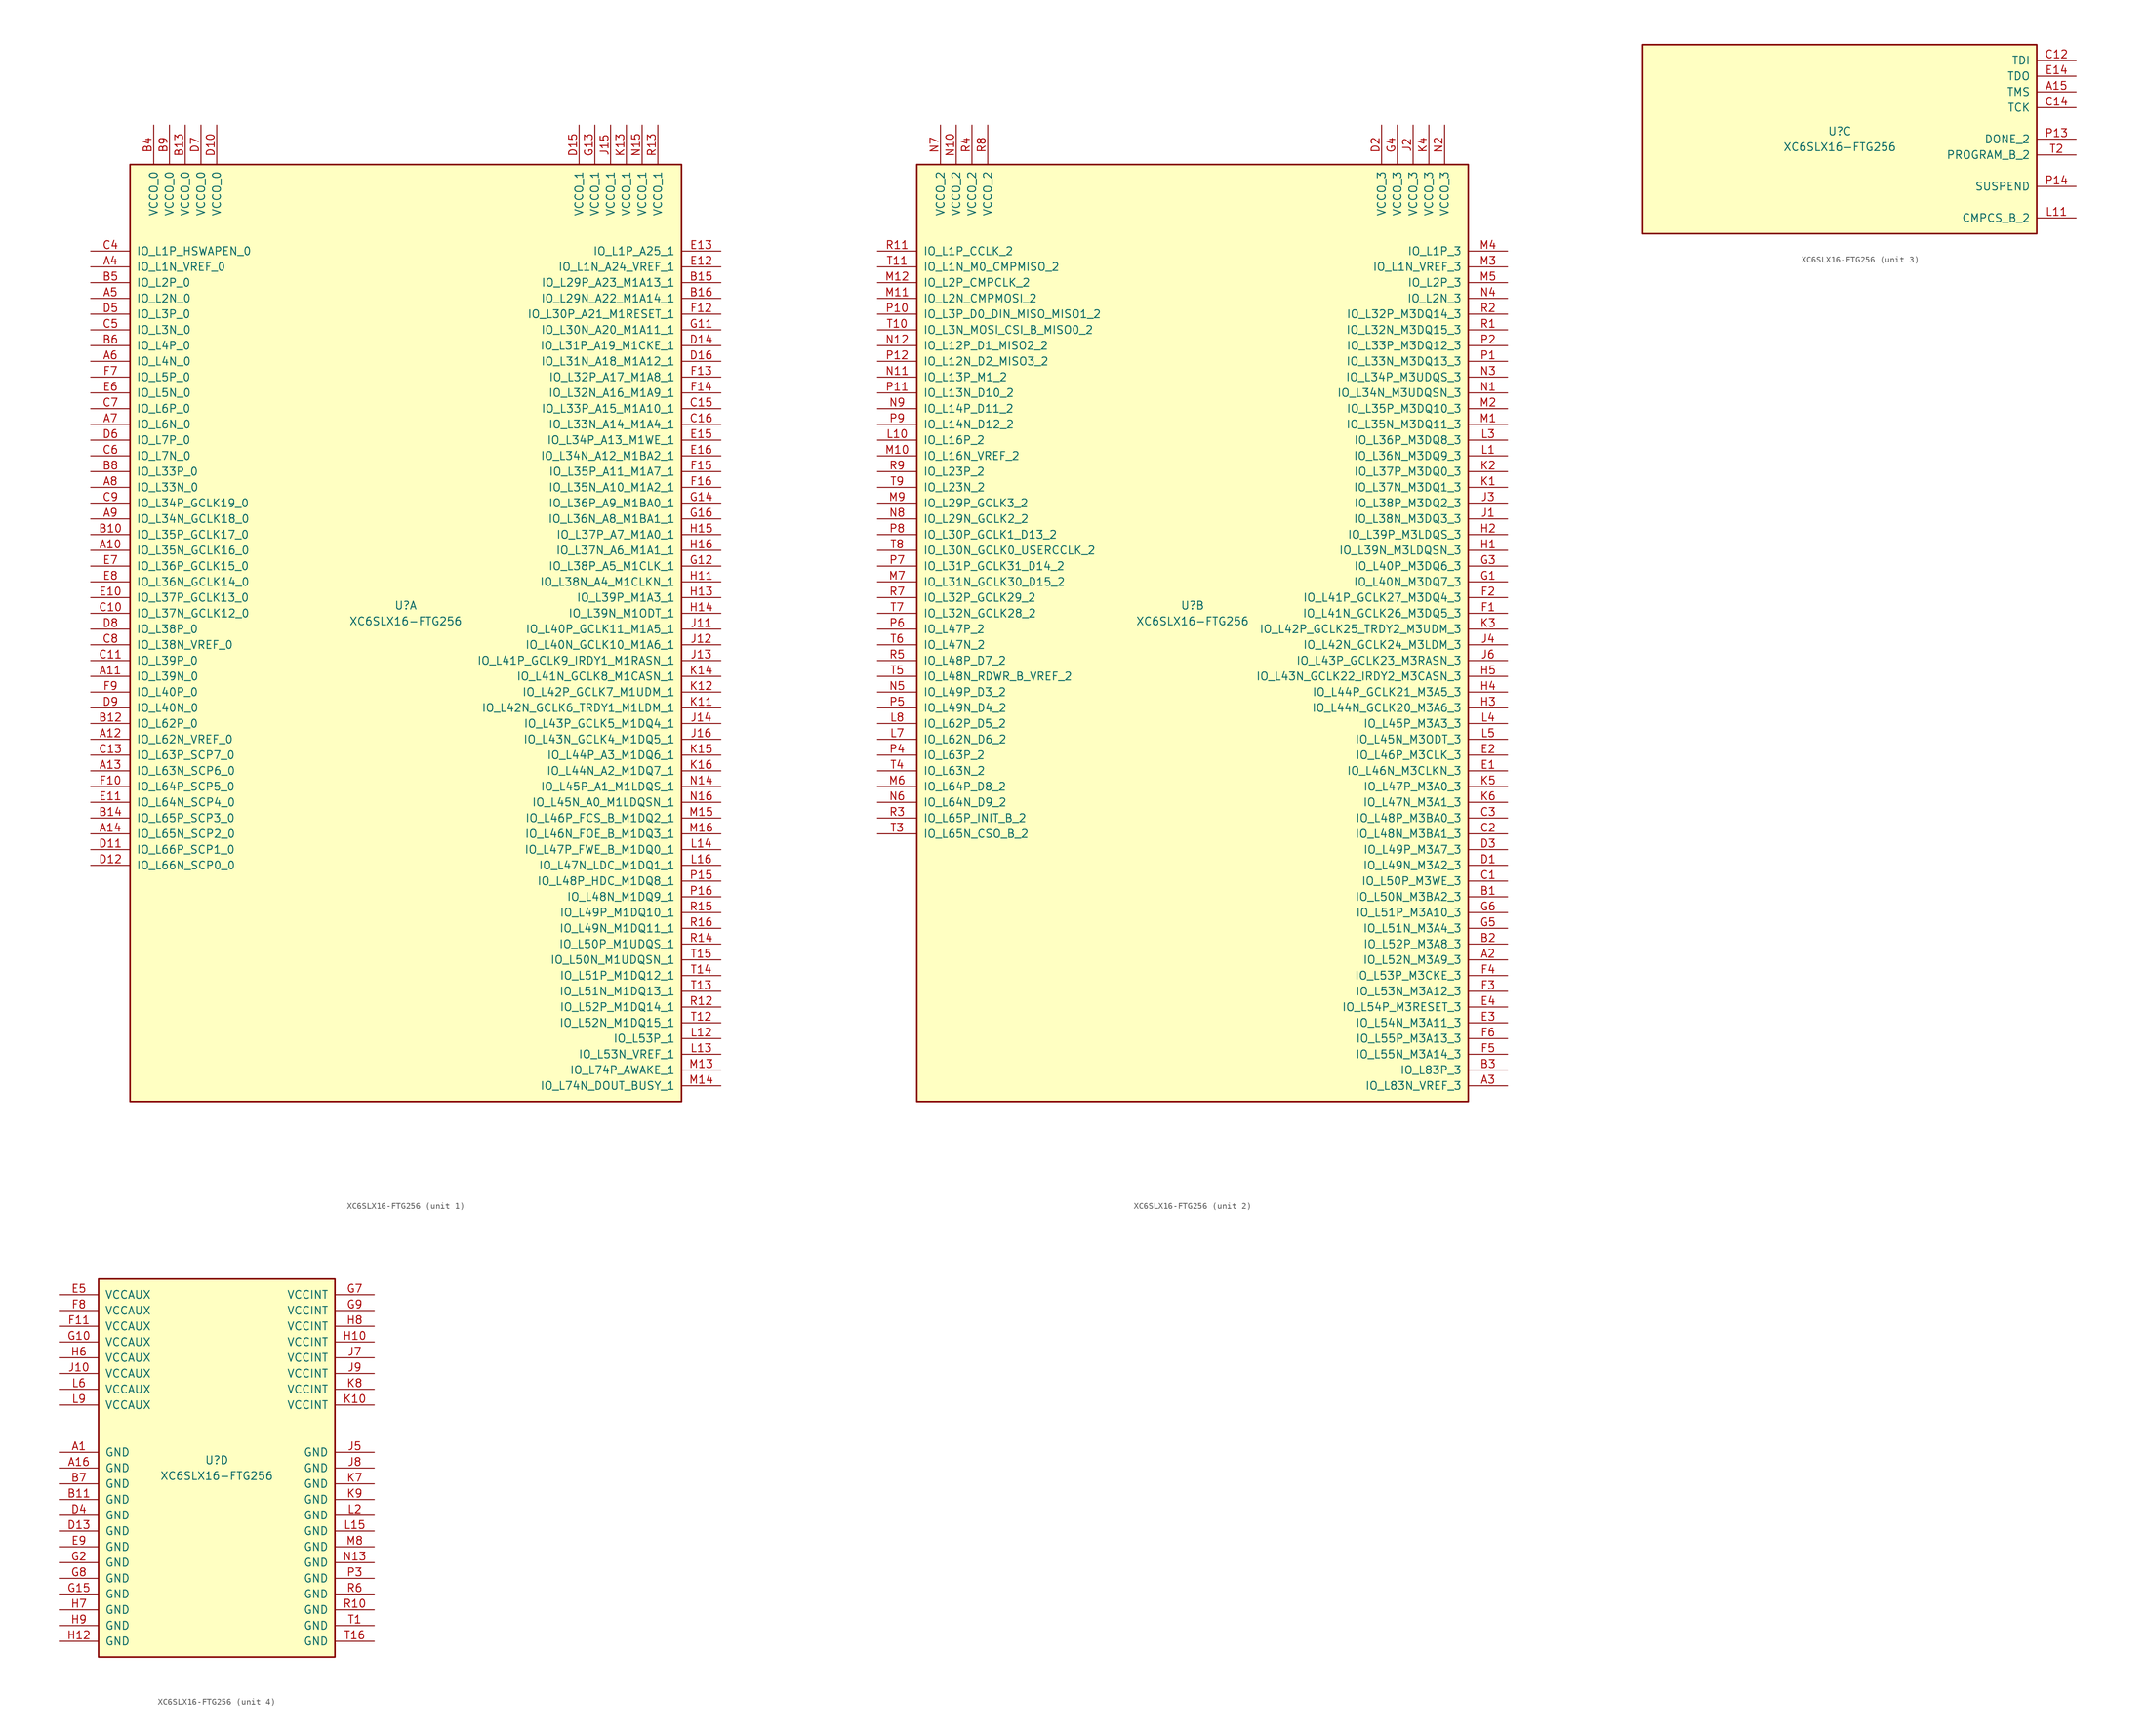
<source format=kicad_sym>
(kicad_symbol_lib
  (version 20201005)
  (generator kicad_symbol_editor)
  (symbol "XC6SLX16-FTG256"
    (pin_names
      (offset 1.016))
    (property "Reference" "U"
      (at 0 1.27 0)
      (effects (font (size 1.27 1.27))))
    (property "Value" "XC6SLX16-FTG256"
      (at 0 -1.27 0)
      (effects (font (size 1.27 1.27))))
    (property "Datasheet" ""
      (at 0 0 0)
      (effects (font (size 1.27 1.27))))
    (property "ki_locked" ""
      (at 0 0 0)
      (effects (font (size 1.27 1.27))))
    (symbol "XC6SLX16-FTG256_1_1"
      (rectangle (start -44.45 72.39) (end 44.45 -78.74) (stroke (width 0.254)) (fill (type background)))
      (pin power_in line (at -40.64 78.74 270) (length 6.35) (name "VCCO_0" (effects (font (size 1.27 1.27)))) (number "B4" (effects (font (size 1.27 1.27)))))
      (pin power_in line (at -38.1 78.74 270) (length 6.35) (name "VCCO_0" (effects (font (size 1.27 1.27)))) (number "B9" (effects (font (size 1.27 1.27)))))
      (pin power_in line (at -35.56 78.74 270) (length 6.35) (name "VCCO_0" (effects (font (size 1.27 1.27)))) (number "B13" (effects (font (size 1.27 1.27)))))
      (pin power_in line (at -33.02 78.74 270) (length 6.35) (name "VCCO_0" (effects (font (size 1.27 1.27)))) (number "D7" (effects (font (size 1.27 1.27)))))
      (pin power_in line (at -30.48 78.74 270) (length 6.35) (name "VCCO_0" (effects (font (size 1.27 1.27)))) (number "D10" (effects (font (size 1.27 1.27)))))
      (pin bidirectional line (at -50.8 58.42 0) (length 6.35) (name "IO_L1P_HSWAPEN_0" (effects (font (size 1.27 1.27)))) (number "C4" (effects (font (size 1.27 1.27)))))
      (pin bidirectional line (at -50.8 55.88 0) (length 6.35) (name "IO_L1N_VREF_0" (effects (font (size 1.27 1.27)))) (number "A4" (effects (font (size 1.27 1.27)))))
      (pin bidirectional line (at -50.8 53.34 0) (length 6.35) (name "IO_L2P_0" (effects (font (size 1.27 1.27)))) (number "B5" (effects (font (size 1.27 1.27)))))
      (pin bidirectional line (at -50.8 50.8 0) (length 6.35) (name "IO_L2N_0" (effects (font (size 1.27 1.27)))) (number "A5" (effects (font (size 1.27 1.27)))))
      (pin bidirectional line (at -50.8 48.26 0) (length 6.35) (name "IO_L3P_0" (effects (font (size 1.27 1.27)))) (number "D5" (effects (font (size 1.27 1.27)))))
      (pin bidirectional line (at -50.8 45.72 0) (length 6.35) (name "IO_L3N_0" (effects (font (size 1.27 1.27)))) (number "C5" (effects (font (size 1.27 1.27)))))
      (pin bidirectional line (at -50.8 43.18 0) (length 6.35) (name "IO_L4P_0" (effects (font (size 1.27 1.27)))) (number "B6" (effects (font (size 1.27 1.27)))))
      (pin bidirectional line (at -50.8 40.64 0) (length 6.35) (name "IO_L4N_0" (effects (font (size 1.27 1.27)))) (number "A6" (effects (font (size 1.27 1.27)))))
      (pin bidirectional line (at -50.8 38.1 0) (length 6.35) (name "IO_L5P_0" (effects (font (size 1.27 1.27)))) (number "F7" (effects (font (size 1.27 1.27)))))
      (pin bidirectional line (at -50.8 35.56 0) (length 6.35) (name "IO_L5N_0" (effects (font (size 1.27 1.27)))) (number "E6" (effects (font (size 1.27 1.27)))))
      (pin bidirectional line (at -50.8 33.02 0) (length 6.35) (name "IO_L6P_0" (effects (font (size 1.27 1.27)))) (number "C7" (effects (font (size 1.27 1.27)))))
      (pin bidirectional line (at -50.8 30.48 0) (length 6.35) (name "IO_L6N_0" (effects (font (size 1.27 1.27)))) (number "A7" (effects (font (size 1.27 1.27)))))
      (pin bidirectional line (at -50.8 27.94 0) (length 6.35) (name "IO_L7P_0" (effects (font (size 1.27 1.27)))) (number "D6" (effects (font (size 1.27 1.27)))))
      (pin bidirectional line (at -50.8 25.4 0) (length 6.35) (name "IO_L7N_0" (effects (font (size 1.27 1.27)))) (number "C6" (effects (font (size 1.27 1.27)))))
      (pin bidirectional line (at -50.8 22.86 0) (length 6.35) (name "IO_L33P_0" (effects (font (size 1.27 1.27)))) (number "B8" (effects (font (size 1.27 1.27)))))
      (pin bidirectional line (at -50.8 20.32 0) (length 6.35) (name "IO_L33N_0" (effects (font (size 1.27 1.27)))) (number "A8" (effects (font (size 1.27 1.27)))))
      (pin bidirectional line (at -50.8 17.78 0) (length 6.35) (name "IO_L34P_GCLK19_0" (effects (font (size 1.27 1.27)))) (number "C9" (effects (font (size 1.27 1.27)))))
      (pin bidirectional line (at -50.8 15.24 0) (length 6.35) (name "IO_L34N_GCLK18_0" (effects (font (size 1.27 1.27)))) (number "A9" (effects (font (size 1.27 1.27)))))
      (pin bidirectional line (at -50.8 12.7 0) (length 6.35) (name "IO_L35P_GCLK17_0" (effects (font (size 1.27 1.27)))) (number "B10" (effects (font (size 1.27 1.27)))))
      (pin bidirectional line (at -50.8 10.16 0) (length 6.35) (name "IO_L35N_GCLK16_0" (effects (font (size 1.27 1.27)))) (number "A10" (effects (font (size 1.27 1.27)))))
      (pin bidirectional line (at -50.8 7.62 0) (length 6.35) (name "IO_L36P_GCLK15_0" (effects (font (size 1.27 1.27)))) (number "E7" (effects (font (size 1.27 1.27)))))
      (pin bidirectional line (at -50.8 5.08 0) (length 6.35) (name "IO_L36N_GCLK14_0" (effects (font (size 1.27 1.27)))) (number "E8" (effects (font (size 1.27 1.27)))))
      (pin bidirectional line (at -50.8 2.54 0) (length 6.35) (name "IO_L37P_GCLK13_0" (effects (font (size 1.27 1.27)))) (number "E10" (effects (font (size 1.27 1.27)))))
      (pin bidirectional line (at -50.8 0 0) (length 6.35) (name "IO_L37N_GCLK12_0" (effects (font (size 1.27 1.27)))) (number "C10" (effects (font (size 1.27 1.27)))))
      (pin bidirectional line (at -50.8 -2.54 0) (length 6.35) (name "IO_L38P_0" (effects (font (size 1.27 1.27)))) (number "D8" (effects (font (size 1.27 1.27)))))
      (pin bidirectional line (at -50.8 -5.08 0) (length 6.35) (name "IO_L38N_VREF_0" (effects (font (size 1.27 1.27)))) (number "C8" (effects (font (size 1.27 1.27)))))
      (pin bidirectional line (at -50.8 -7.62 0) (length 6.35) (name "IO_L39P_0" (effects (font (size 1.27 1.27)))) (number "C11" (effects (font (size 1.27 1.27)))))
      (pin bidirectional line (at -50.8 -10.16 0) (length 6.35) (name "IO_L39N_0" (effects (font (size 1.27 1.27)))) (number "A11" (effects (font (size 1.27 1.27)))))
      (pin bidirectional line (at -50.8 -12.7 0) (length 6.35) (name "IO_L40P_0" (effects (font (size 1.27 1.27)))) (number "F9" (effects (font (size 1.27 1.27)))))
      (pin bidirectional line (at -50.8 -15.24 0) (length 6.35) (name "IO_L40N_0" (effects (font (size 1.27 1.27)))) (number "D9" (effects (font (size 1.27 1.27)))))
      (pin bidirectional line (at -50.8 -17.78 0) (length 6.35) (name "IO_L62P_0" (effects (font (size 1.27 1.27)))) (number "B12" (effects (font (size 1.27 1.27)))))
      (pin bidirectional line (at -50.8 -20.32 0) (length 6.35) (name "IO_L62N_VREF_0" (effects (font (size 1.27 1.27)))) (number "A12" (effects (font (size 1.27 1.27)))))
      (pin bidirectional line (at -50.8 -22.86 0) (length 6.35) (name "IO_L63P_SCP7_0" (effects (font (size 1.27 1.27)))) (number "C13" (effects (font (size 1.27 1.27)))))
      (pin bidirectional line (at -50.8 -25.4 0) (length 6.35) (name "IO_L63N_SCP6_0" (effects (font (size 1.27 1.27)))) (number "A13" (effects (font (size 1.27 1.27)))))
      (pin bidirectional line (at -50.8 -27.94 0) (length 6.35) (name "IO_L64P_SCP5_0" (effects (font (size 1.27 1.27)))) (number "F10" (effects (font (size 1.27 1.27)))))
      (pin bidirectional line (at -50.8 -30.48 0) (length 6.35) (name "IO_L64N_SCP4_0" (effects (font (size 1.27 1.27)))) (number "E11" (effects (font (size 1.27 1.27)))))
      (pin bidirectional line (at -50.8 -33.02 0) (length 6.35) (name "IO_L65P_SCP3_0" (effects (font (size 1.27 1.27)))) (number "B14" (effects (font (size 1.27 1.27)))))
      (pin bidirectional line (at -50.8 -35.56 0) (length 6.35) (name "IO_L65N_SCP2_0" (effects (font (size 1.27 1.27)))) (number "A14" (effects (font (size 1.27 1.27)))))
      (pin bidirectional line (at -50.8 -38.1 0) (length 6.35) (name "IO_L66P_SCP1_0" (effects (font (size 1.27 1.27)))) (number "D11" (effects (font (size 1.27 1.27)))))
      (pin bidirectional line (at -50.8 -40.64 0) (length 6.35) (name "IO_L66N_SCP0_0" (effects (font (size 1.27 1.27)))) (number "D12" (effects (font (size 1.27 1.27)))))
      (pin power_in line (at 27.94 78.74 270) (length 6.35) (name "VCCO_1" (effects (font (size 1.27 1.27)))) (number "D15" (effects (font (size 1.27 1.27)))))
      (pin power_in line (at 30.48 78.74 270) (length 6.35) (name "VCCO_1" (effects (font (size 1.27 1.27)))) (number "G13" (effects (font (size 1.27 1.27)))))
      (pin power_in line (at 33.02 78.74 270) (length 6.35) (name "VCCO_1" (effects (font (size 1.27 1.27)))) (number "J15" (effects (font (size 1.27 1.27)))))
      (pin power_in line (at 35.56 78.74 270) (length 6.35) (name "VCCO_1" (effects (font (size 1.27 1.27)))) (number "K13" (effects (font (size 1.27 1.27)))))
      (pin power_in line (at 38.1 78.74 270) (length 6.35) (name "VCCO_1" (effects (font (size 1.27 1.27)))) (number "N15" (effects (font (size 1.27 1.27)))))
      (pin power_in line (at 40.64 78.74 270) (length 6.35) (name "VCCO_1" (effects (font (size 1.27 1.27)))) (number "R13" (effects (font (size 1.27 1.27)))))
      (pin bidirectional line (at 50.8 58.42 180) (length 6.35) (name "IO_L1P_A25_1" (effects (font (size 1.27 1.27)))) (number "E13" (effects (font (size 1.27 1.27)))))
      (pin bidirectional line (at 50.8 55.88 180) (length 6.35) (name "IO_L1N_A24_VREF_1" (effects (font (size 1.27 1.27)))) (number "E12" (effects (font (size 1.27 1.27)))))
      (pin bidirectional line (at 50.8 53.34 180) (length 6.35) (name "IO_L29P_A23_M1A13_1" (effects (font (size 1.27 1.27)))) (number "B15" (effects (font (size 1.27 1.27)))))
      (pin bidirectional line (at 50.8 50.8 180) (length 6.35) (name "IO_L29N_A22_M1A14_1" (effects (font (size 1.27 1.27)))) (number "B16" (effects (font (size 1.27 1.27)))))
      (pin bidirectional line (at 50.8 48.26 180) (length 6.35) (name "IO_L30P_A21_M1RESET_1" (effects (font (size 1.27 1.27)))) (number "F12" (effects (font (size 1.27 1.27)))))
      (pin bidirectional line (at 50.8 45.72 180) (length 6.35) (name "IO_L30N_A20_M1A11_1" (effects (font (size 1.27 1.27)))) (number "G11" (effects (font (size 1.27 1.27)))))
      (pin bidirectional line (at 50.8 43.18 180) (length 6.35) (name "IO_L31P_A19_M1CKE_1" (effects (font (size 1.27 1.27)))) (number "D14" (effects (font (size 1.27 1.27)))))
      (pin bidirectional line (at 50.8 40.64 180) (length 6.35) (name "IO_L31N_A18_M1A12_1" (effects (font (size 1.27 1.27)))) (number "D16" (effects (font (size 1.27 1.27)))))
      (pin bidirectional line (at 50.8 38.1 180) (length 6.35) (name "IO_L32P_A17_M1A8_1" (effects (font (size 1.27 1.27)))) (number "F13" (effects (font (size 1.27 1.27)))))
      (pin bidirectional line (at 50.8 35.56 180) (length 6.35) (name "IO_L32N_A16_M1A9_1" (effects (font (size 1.27 1.27)))) (number "F14" (effects (font (size 1.27 1.27)))))
      (pin bidirectional line (at 50.8 33.02 180) (length 6.35) (name "IO_L33P_A15_M1A10_1" (effects (font (size 1.27 1.27)))) (number "C15" (effects (font (size 1.27 1.27)))))
      (pin bidirectional line (at 50.8 30.48 180) (length 6.35) (name "IO_L33N_A14_M1A4_1" (effects (font (size 1.27 1.27)))) (number "C16" (effects (font (size 1.27 1.27)))))
      (pin bidirectional line (at 50.8 27.94 180) (length 6.35) (name "IO_L34P_A13_M1WE_1" (effects (font (size 1.27 1.27)))) (number "E15" (effects (font (size 1.27 1.27)))))
      (pin bidirectional line (at 50.8 25.4 180) (length 6.35) (name "IO_L34N_A12_M1BA2_1" (effects (font (size 1.27 1.27)))) (number "E16" (effects (font (size 1.27 1.27)))))
      (pin bidirectional line (at 50.8 22.86 180) (length 6.35) (name "IO_L35P_A11_M1A7_1" (effects (font (size 1.27 1.27)))) (number "F15" (effects (font (size 1.27 1.27)))))
      (pin bidirectional line (at 50.8 20.32 180) (length 6.35) (name "IO_L35N_A10_M1A2_1" (effects (font (size 1.27 1.27)))) (number "F16" (effects (font (size 1.27 1.27)))))
      (pin bidirectional line (at 50.8 17.78 180) (length 6.35) (name "IO_L36P_A9_M1BA0_1" (effects (font (size 1.27 1.27)))) (number "G14" (effects (font (size 1.27 1.27)))))
      (pin bidirectional line (at 50.8 15.24 180) (length 6.35) (name "IO_L36N_A8_M1BA1_1" (effects (font (size 1.27 1.27)))) (number "G16" (effects (font (size 1.27 1.27)))))
      (pin bidirectional line (at 50.8 12.7 180) (length 6.35) (name "IO_L37P_A7_M1A0_1" (effects (font (size 1.27 1.27)))) (number "H15" (effects (font (size 1.27 1.27)))))
      (pin bidirectional line (at 50.8 10.16 180) (length 6.35) (name "IO_L37N_A6_M1A1_1" (effects (font (size 1.27 1.27)))) (number "H16" (effects (font (size 1.27 1.27)))))
      (pin bidirectional line (at 50.8 7.62 180) (length 6.35) (name "IO_L38P_A5_M1CLK_1" (effects (font (size 1.27 1.27)))) (number "G12" (effects (font (size 1.27 1.27)))))
      (pin bidirectional line (at 50.8 5.08 180) (length 6.35) (name "IO_L38N_A4_M1CLKN_1" (effects (font (size 1.27 1.27)))) (number "H11" (effects (font (size 1.27 1.27)))))
      (pin bidirectional line (at 50.8 2.54 180) (length 6.35) (name "IO_L39P_M1A3_1" (effects (font (size 1.27 1.27)))) (number "H13" (effects (font (size 1.27 1.27)))))
      (pin bidirectional line (at 50.8 0 180) (length 6.35) (name "IO_L39N_M1ODT_1" (effects (font (size 1.27 1.27)))) (number "H14" (effects (font (size 1.27 1.27)))))
      (pin bidirectional line (at 50.8 -2.54 180) (length 6.35) (name "IO_L40P_GCLK11_M1A5_1" (effects (font (size 1.27 1.27)))) (number "J11" (effects (font (size 1.27 1.27)))))
      (pin bidirectional line (at 50.8 -5.08 180) (length 6.35) (name "IO_L40N_GCLK10_M1A6_1" (effects (font (size 1.27 1.27)))) (number "J12" (effects (font (size 1.27 1.27)))))
      (pin bidirectional line (at 50.8 -7.62 180) (length 6.35) (name "IO_L41P_GCLK9_IRDY1_M1RASN_1" (effects (font (size 1.27 1.27)))) (number "J13" (effects (font (size 1.27 1.27)))))
      (pin bidirectional line (at 50.8 -10.16 180) (length 6.35) (name "IO_L41N_GCLK8_M1CASN_1" (effects (font (size 1.27 1.27)))) (number "K14" (effects (font (size 1.27 1.27)))))
      (pin bidirectional line (at 50.8 -12.7 180) (length 6.35) (name "IO_L42P_GCLK7_M1UDM_1" (effects (font (size 1.27 1.27)))) (number "K12" (effects (font (size 1.27 1.27)))))
      (pin bidirectional line (at 50.8 -15.24 180) (length 6.35) (name "IO_L42N_GCLK6_TRDY1_M1LDM_1" (effects (font (size 1.27 1.27)))) (number "K11" (effects (font (size 1.27 1.27)))))
      (pin bidirectional line (at 50.8 -17.78 180) (length 6.35) (name "IO_L43P_GCLK5_M1DQ4_1" (effects (font (size 1.27 1.27)))) (number "J14" (effects (font (size 1.27 1.27)))))
      (pin bidirectional line (at 50.8 -20.32 180) (length 6.35) (name "IO_L43N_GCLK4_M1DQ5_1" (effects (font (size 1.27 1.27)))) (number "J16" (effects (font (size 1.27 1.27)))))
      (pin bidirectional line (at 50.8 -22.86 180) (length 6.35) (name "IO_L44P_A3_M1DQ6_1" (effects (font (size 1.27 1.27)))) (number "K15" (effects (font (size 1.27 1.27)))))
      (pin bidirectional line (at 50.8 -25.4 180) (length 6.35) (name "IO_L44N_A2_M1DQ7_1" (effects (font (size 1.27 1.27)))) (number "K16" (effects (font (size 1.27 1.27)))))
      (pin bidirectional line (at 50.8 -27.94 180) (length 6.35) (name "IO_L45P_A1_M1LDQS_1" (effects (font (size 1.27 1.27)))) (number "N14" (effects (font (size 1.27 1.27)))))
      (pin bidirectional line (at 50.8 -30.48 180) (length 6.35) (name "IO_L45N_A0_M1LDQSN_1" (effects (font (size 1.27 1.27)))) (number "N16" (effects (font (size 1.27 1.27)))))
      (pin bidirectional line (at 50.8 -33.02 180) (length 6.35) (name "IO_L46P_FCS_B_M1DQ2_1" (effects (font (size 1.27 1.27)))) (number "M15" (effects (font (size 1.27 1.27)))))
      (pin bidirectional line (at 50.8 -35.56 180) (length 6.35) (name "IO_L46N_FOE_B_M1DQ3_1" (effects (font (size 1.27 1.27)))) (number "M16" (effects (font (size 1.27 1.27)))))
      (pin bidirectional line (at 50.8 -38.1 180) (length 6.35) (name "IO_L47P_FWE_B_M1DQ0_1" (effects (font (size 1.27 1.27)))) (number "L14" (effects (font (size 1.27 1.27)))))
      (pin bidirectional line (at 50.8 -40.64 180) (length 6.35) (name "IO_L47N_LDC_M1DQ1_1" (effects (font (size 1.27 1.27)))) (number "L16" (effects (font (size 1.27 1.27)))))
      (pin bidirectional line (at 50.8 -43.18 180) (length 6.35) (name "IO_L48P_HDC_M1DQ8_1" (effects (font (size 1.27 1.27)))) (number "P15" (effects (font (size 1.27 1.27)))))
      (pin bidirectional line (at 50.8 -45.72 180) (length 6.35) (name "IO_L48N_M1DQ9_1" (effects (font (size 1.27 1.27)))) (number "P16" (effects (font (size 1.27 1.27)))))
      (pin bidirectional line (at 50.8 -48.26 180) (length 6.35) (name "IO_L49P_M1DQ10_1" (effects (font (size 1.27 1.27)))) (number "R15" (effects (font (size 1.27 1.27)))))
      (pin bidirectional line (at 50.8 -50.8 180) (length 6.35) (name "IO_L49N_M1DQ11_1" (effects (font (size 1.27 1.27)))) (number "R16" (effects (font (size 1.27 1.27)))))
      (pin bidirectional line (at 50.8 -53.34 180) (length 6.35) (name "IO_L50P_M1UDQS_1" (effects (font (size 1.27 1.27)))) (number "R14" (effects (font (size 1.27 1.27)))))
      (pin bidirectional line (at 50.8 -55.88 180) (length 6.35) (name "IO_L50N_M1UDQSN_1" (effects (font (size 1.27 1.27)))) (number "T15" (effects (font (size 1.27 1.27)))))
      (pin bidirectional line (at 50.8 -58.42 180) (length 6.35) (name "IO_L51P_M1DQ12_1" (effects (font (size 1.27 1.27)))) (number "T14" (effects (font (size 1.27 1.27)))))
      (pin bidirectional line (at 50.8 -60.96 180) (length 6.35) (name "IO_L51N_M1DQ13_1" (effects (font (size 1.27 1.27)))) (number "T13" (effects (font (size 1.27 1.27)))))
      (pin bidirectional line (at 50.8 -63.5 180) (length 6.35) (name "IO_L52P_M1DQ14_1" (effects (font (size 1.27 1.27)))) (number "R12" (effects (font (size 1.27 1.27)))))
      (pin bidirectional line (at 50.8 -66.04 180) (length 6.35) (name "IO_L52N_M1DQ15_1" (effects (font (size 1.27 1.27)))) (number "T12" (effects (font (size 1.27 1.27)))))
      (pin bidirectional line (at 50.8 -68.58 180) (length 6.35) (name "IO_L53P_1" (effects (font (size 1.27 1.27)))) (number "L12" (effects (font (size 1.27 1.27)))))
      (pin bidirectional line (at 50.8 -71.12 180) (length 6.35) (name "IO_L53N_VREF_1" (effects (font (size 1.27 1.27)))) (number "L13" (effects (font (size 1.27 1.27)))))
      (pin bidirectional line (at 50.8 -73.66 180) (length 6.35) (name "IO_L74P_AWAKE_1" (effects (font (size 1.27 1.27)))) (number "M13" (effects (font (size 1.27 1.27)))))
      (pin bidirectional line (at 50.8 -76.2 180) (length 6.35) (name "IO_L74N_DOUT_BUSY_1" (effects (font (size 1.27 1.27)))) (number "M14" (effects (font (size 1.27 1.27))))))
    (symbol "XC6SLX16-FTG256_2_1"
      (rectangle (start -44.45 72.39) (end 44.45 -78.74) (stroke (width 0.254)) (fill (type background)))
      (pin power_in line (at -40.64 78.74 270) (length 6.35) (name "VCCO_2" (effects (font (size 1.27 1.27)))) (number "N7" (effects (font (size 1.27 1.27)))))
      (pin power_in line (at -38.1 78.74 270) (length 6.35) (name "VCCO_2" (effects (font (size 1.27 1.27)))) (number "N10" (effects (font (size 1.27 1.27)))))
      (pin power_in line (at -35.56 78.74 270) (length 6.35) (name "VCCO_2" (effects (font (size 1.27 1.27)))) (number "R4" (effects (font (size 1.27 1.27)))))
      (pin power_in line (at -33.02 78.74 270) (length 6.35) (name "VCCO_2" (effects (font (size 1.27 1.27)))) (number "R8" (effects (font (size 1.27 1.27)))))
      (pin bidirectional line (at -50.8 58.42 0) (length 6.35) (name "IO_L1P_CCLK_2" (effects (font (size 1.27 1.27)))) (number "R11" (effects (font (size 1.27 1.27)))))
      (pin bidirectional line (at -50.8 55.88 0) (length 6.35) (name "IO_L1N_M0_CMPMISO_2" (effects (font (size 1.27 1.27)))) (number "T11" (effects (font (size 1.27 1.27)))))
      (pin bidirectional line (at -50.8 53.34 0) (length 6.35) (name "IO_L2P_CMPCLK_2" (effects (font (size 1.27 1.27)))) (number "M12" (effects (font (size 1.27 1.27)))))
      (pin bidirectional line (at -50.8 50.8 0) (length 6.35) (name "IO_L2N_CMPMOSI_2" (effects (font (size 1.27 1.27)))) (number "M11" (effects (font (size 1.27 1.27)))))
      (pin bidirectional line (at -50.8 48.26 0) (length 6.35) (name "IO_L3P_D0_DIN_MISO_MISO1_2" (effects (font (size 1.27 1.27)))) (number "P10" (effects (font (size 1.27 1.27)))))
      (pin bidirectional line (at -50.8 45.72 0) (length 6.35) (name "IO_L3N_MOSI_CSI_B_MISO0_2" (effects (font (size 1.27 1.27)))) (number "T10" (effects (font (size 1.27 1.27)))))
      (pin bidirectional line (at -50.8 43.18 0) (length 6.35) (name "IO_L12P_D1_MISO2_2" (effects (font (size 1.27 1.27)))) (number "N12" (effects (font (size 1.27 1.27)))))
      (pin bidirectional line (at -50.8 40.64 0) (length 6.35) (name "IO_L12N_D2_MISO3_2" (effects (font (size 1.27 1.27)))) (number "P12" (effects (font (size 1.27 1.27)))))
      (pin bidirectional line (at -50.8 38.1 0) (length 6.35) (name "IO_L13P_M1_2" (effects (font (size 1.27 1.27)))) (number "N11" (effects (font (size 1.27 1.27)))))
      (pin bidirectional line (at -50.8 35.56 0) (length 6.35) (name "IO_L13N_D10_2" (effects (font (size 1.27 1.27)))) (number "P11" (effects (font (size 1.27 1.27)))))
      (pin bidirectional line (at -50.8 33.02 0) (length 6.35) (name "IO_L14P_D11_2" (effects (font (size 1.27 1.27)))) (number "N9" (effects (font (size 1.27 1.27)))))
      (pin bidirectional line (at -50.8 30.48 0) (length 6.35) (name "IO_L14N_D12_2" (effects (font (size 1.27 1.27)))) (number "P9" (effects (font (size 1.27 1.27)))))
      (pin bidirectional line (at -50.8 27.94 0) (length 6.35) (name "IO_L16P_2" (effects (font (size 1.27 1.27)))) (number "L10" (effects (font (size 1.27 1.27)))))
      (pin bidirectional line (at -50.8 25.4 0) (length 6.35) (name "IO_L16N_VREF_2" (effects (font (size 1.27 1.27)))) (number "M10" (effects (font (size 1.27 1.27)))))
      (pin bidirectional line (at -50.8 22.86 0) (length 6.35) (name "IO_L23P_2" (effects (font (size 1.27 1.27)))) (number "R9" (effects (font (size 1.27 1.27)))))
      (pin bidirectional line (at -50.8 20.32 0) (length 6.35) (name "IO_L23N_2" (effects (font (size 1.27 1.27)))) (number "T9" (effects (font (size 1.27 1.27)))))
      (pin bidirectional line (at -50.8 17.78 0) (length 6.35) (name "IO_L29P_GCLK3_2" (effects (font (size 1.27 1.27)))) (number "M9" (effects (font (size 1.27 1.27)))))
      (pin bidirectional line (at -50.8 15.24 0) (length 6.35) (name "IO_L29N_GCLK2_2" (effects (font (size 1.27 1.27)))) (number "N8" (effects (font (size 1.27 1.27)))))
      (pin bidirectional line (at -50.8 12.7 0) (length 6.35) (name "IO_L30P_GCLK1_D13_2" (effects (font (size 1.27 1.27)))) (number "P8" (effects (font (size 1.27 1.27)))))
      (pin bidirectional line (at -50.8 10.16 0) (length 6.35) (name "IO_L30N_GCLK0_USERCCLK_2" (effects (font (size 1.27 1.27)))) (number "T8" (effects (font (size 1.27 1.27)))))
      (pin bidirectional line (at -50.8 7.62 0) (length 6.35) (name "IO_L31P_GCLK31_D14_2" (effects (font (size 1.27 1.27)))) (number "P7" (effects (font (size 1.27 1.27)))))
      (pin bidirectional line (at -50.8 5.08 0) (length 6.35) (name "IO_L31N_GCLK30_D15_2" (effects (font (size 1.27 1.27)))) (number "M7" (effects (font (size 1.27 1.27)))))
      (pin bidirectional line (at -50.8 2.54 0) (length 6.35) (name "IO_L32P_GCLK29_2" (effects (font (size 1.27 1.27)))) (number "R7" (effects (font (size 1.27 1.27)))))
      (pin bidirectional line (at -50.8 0 0) (length 6.35) (name "IO_L32N_GCLK28_2" (effects (font (size 1.27 1.27)))) (number "T7" (effects (font (size 1.27 1.27)))))
      (pin bidirectional line (at -50.8 -2.54 0) (length 6.35) (name "IO_L47P_2" (effects (font (size 1.27 1.27)))) (number "P6" (effects (font (size 1.27 1.27)))))
      (pin bidirectional line (at -50.8 -5.08 0) (length 6.35) (name "IO_L47N_2" (effects (font (size 1.27 1.27)))) (number "T6" (effects (font (size 1.27 1.27)))))
      (pin bidirectional line (at -50.8 -7.62 0) (length 6.35) (name "IO_L48P_D7_2" (effects (font (size 1.27 1.27)))) (number "R5" (effects (font (size 1.27 1.27)))))
      (pin bidirectional line (at -50.8 -10.16 0) (length 6.35) (name "IO_L48N_RDWR_B_VREF_2" (effects (font (size 1.27 1.27)))) (number "T5" (effects (font (size 1.27 1.27)))))
      (pin bidirectional line (at -50.8 -12.7 0) (length 6.35) (name "IO_L49P_D3_2" (effects (font (size 1.27 1.27)))) (number "N5" (effects (font (size 1.27 1.27)))))
      (pin bidirectional line (at -50.8 -15.24 0) (length 6.35) (name "IO_L49N_D4_2" (effects (font (size 1.27 1.27)))) (number "P5" (effects (font (size 1.27 1.27)))))
      (pin bidirectional line (at -50.8 -17.78 0) (length 6.35) (name "IO_L62P_D5_2" (effects (font (size 1.27 1.27)))) (number "L8" (effects (font (size 1.27 1.27)))))
      (pin bidirectional line (at -50.8 -20.32 0) (length 6.35) (name "IO_L62N_D6_2" (effects (font (size 1.27 1.27)))) (number "L7" (effects (font (size 1.27 1.27)))))
      (pin bidirectional line (at -50.8 -22.86 0) (length 6.35) (name "IO_L63P_2" (effects (font (size 1.27 1.27)))) (number "P4" (effects (font (size 1.27 1.27)))))
      (pin bidirectional line (at -50.8 -25.4 0) (length 6.35) (name "IO_L63N_2" (effects (font (size 1.27 1.27)))) (number "T4" (effects (font (size 1.27 1.27)))))
      (pin bidirectional line (at -50.8 -27.94 0) (length 6.35) (name "IO_L64P_D8_2" (effects (font (size 1.27 1.27)))) (number "M6" (effects (font (size 1.27 1.27)))))
      (pin bidirectional line (at -50.8 -30.48 0) (length 6.35) (name "IO_L64N_D9_2" (effects (font (size 1.27 1.27)))) (number "N6" (effects (font (size 1.27 1.27)))))
      (pin bidirectional line (at -50.8 -33.02 0) (length 6.35) (name "IO_L65P_INIT_B_2" (effects (font (size 1.27 1.27)))) (number "R3" (effects (font (size 1.27 1.27)))))
      (pin bidirectional line (at -50.8 -35.56 0) (length 6.35) (name "IO_L65N_CSO_B_2" (effects (font (size 1.27 1.27)))) (number "T3" (effects (font (size 1.27 1.27)))))
      (pin power_in line (at 30.48 78.74 270) (length 6.35) (name "VCCO_3" (effects (font (size 1.27 1.27)))) (number "D2" (effects (font (size 1.27 1.27)))))
      (pin power_in line (at 33.02 78.74 270) (length 6.35) (name "VCCO_3" (effects (font (size 1.27 1.27)))) (number "G4" (effects (font (size 1.27 1.27)))))
      (pin power_in line (at 35.56 78.74 270) (length 6.35) (name "VCCO_3" (effects (font (size 1.27 1.27)))) (number "J2" (effects (font (size 1.27 1.27)))))
      (pin power_in line (at 38.1 78.74 270) (length 6.35) (name "VCCO_3" (effects (font (size 1.27 1.27)))) (number "K4" (effects (font (size 1.27 1.27)))))
      (pin power_in line (at 40.64 78.74 270) (length 6.35) (name "VCCO_3" (effects (font (size 1.27 1.27)))) (number "N2" (effects (font (size 1.27 1.27)))))
      (pin bidirectional line (at 50.8 58.42 180) (length 6.35) (name "IO_L1P_3" (effects (font (size 1.27 1.27)))) (number "M4" (effects (font (size 1.27 1.27)))))
      (pin bidirectional line (at 50.8 55.88 180) (length 6.35) (name "IO_L1N_VREF_3" (effects (font (size 1.27 1.27)))) (number "M3" (effects (font (size 1.27 1.27)))))
      (pin bidirectional line (at 50.8 53.34 180) (length 6.35) (name "IO_L2P_3" (effects (font (size 1.27 1.27)))) (number "M5" (effects (font (size 1.27 1.27)))))
      (pin bidirectional line (at 50.8 50.8 180) (length 6.35) (name "IO_L2N_3" (effects (font (size 1.27 1.27)))) (number "N4" (effects (font (size 1.27 1.27)))))
      (pin bidirectional line (at 50.8 48.26 180) (length 6.35) (name "IO_L32P_M3DQ14_3" (effects (font (size 1.27 1.27)))) (number "R2" (effects (font (size 1.27 1.27)))))
      (pin bidirectional line (at 50.8 45.72 180) (length 6.35) (name "IO_L32N_M3DQ15_3" (effects (font (size 1.27 1.27)))) (number "R1" (effects (font (size 1.27 1.27)))))
      (pin bidirectional line (at 50.8 43.18 180) (length 6.35) (name "IO_L33P_M3DQ12_3" (effects (font (size 1.27 1.27)))) (number "P2" (effects (font (size 1.27 1.27)))))
      (pin bidirectional line (at 50.8 40.64 180) (length 6.35) (name "IO_L33N_M3DQ13_3" (effects (font (size 1.27 1.27)))) (number "P1" (effects (font (size 1.27 1.27)))))
      (pin bidirectional line (at 50.8 38.1 180) (length 6.35) (name "IO_L34P_M3UDQS_3" (effects (font (size 1.27 1.27)))) (number "N3" (effects (font (size 1.27 1.27)))))
      (pin bidirectional line (at 50.8 35.56 180) (length 6.35) (name "IO_L34N_M3UDQSN_3" (effects (font (size 1.27 1.27)))) (number "N1" (effects (font (size 1.27 1.27)))))
      (pin bidirectional line (at 50.8 33.02 180) (length 6.35) (name "IO_L35P_M3DQ10_3" (effects (font (size 1.27 1.27)))) (number "M2" (effects (font (size 1.27 1.27)))))
      (pin bidirectional line (at 50.8 30.48 180) (length 6.35) (name "IO_L35N_M3DQ11_3" (effects (font (size 1.27 1.27)))) (number "M1" (effects (font (size 1.27 1.27)))))
      (pin bidirectional line (at 50.8 27.94 180) (length 6.35) (name "IO_L36P_M3DQ8_3" (effects (font (size 1.27 1.27)))) (number "L3" (effects (font (size 1.27 1.27)))))
      (pin bidirectional line (at 50.8 25.4 180) (length 6.35) (name "IO_L36N_M3DQ9_3" (effects (font (size 1.27 1.27)))) (number "L1" (effects (font (size 1.27 1.27)))))
      (pin bidirectional line (at 50.8 22.86 180) (length 6.35) (name "IO_L37P_M3DQ0_3" (effects (font (size 1.27 1.27)))) (number "K2" (effects (font (size 1.27 1.27)))))
      (pin bidirectional line (at 50.8 20.32 180) (length 6.35) (name "IO_L37N_M3DQ1_3" (effects (font (size 1.27 1.27)))) (number "K1" (effects (font (size 1.27 1.27)))))
      (pin bidirectional line (at 50.8 17.78 180) (length 6.35) (name "IO_L38P_M3DQ2_3" (effects (font (size 1.27 1.27)))) (number "J3" (effects (font (size 1.27 1.27)))))
      (pin bidirectional line (at 50.8 15.24 180) (length 6.35) (name "IO_L38N_M3DQ3_3" (effects (font (size 1.27 1.27)))) (number "J1" (effects (font (size 1.27 1.27)))))
      (pin bidirectional line (at 50.8 12.7 180) (length 6.35) (name "IO_L39P_M3LDQS_3" (effects (font (size 1.27 1.27)))) (number "H2" (effects (font (size 1.27 1.27)))))
      (pin bidirectional line (at 50.8 10.16 180) (length 6.35) (name "IO_L39N_M3LDQSN_3" (effects (font (size 1.27 1.27)))) (number "H1" (effects (font (size 1.27 1.27)))))
      (pin bidirectional line (at 50.8 7.62 180) (length 6.35) (name "IO_L40P_M3DQ6_3" (effects (font (size 1.27 1.27)))) (number "G3" (effects (font (size 1.27 1.27)))))
      (pin bidirectional line (at 50.8 5.08 180) (length 6.35) (name "IO_L40N_M3DQ7_3" (effects (font (size 1.27 1.27)))) (number "G1" (effects (font (size 1.27 1.27)))))
      (pin bidirectional line (at 50.8 2.54 180) (length 6.35) (name "IO_L41P_GCLK27_M3DQ4_3" (effects (font (size 1.27 1.27)))) (number "F2" (effects (font (size 1.27 1.27)))))
      (pin bidirectional line (at 50.8 0 180) (length 6.35) (name "IO_L41N_GCLK26_M3DQ5_3" (effects (font (size 1.27 1.27)))) (number "F1" (effects (font (size 1.27 1.27)))))
      (pin bidirectional line (at 50.8 -2.54 180) (length 6.35) (name "IO_L42P_GCLK25_TRDY2_M3UDM_3" (effects (font (size 1.27 1.27)))) (number "K3" (effects (font (size 1.27 1.27)))))
      (pin bidirectional line (at 50.8 -5.08 180) (length 6.35) (name "IO_L42N_GCLK24_M3LDM_3" (effects (font (size 1.27 1.27)))) (number "J4" (effects (font (size 1.27 1.27)))))
      (pin bidirectional line (at 50.8 -7.62 180) (length 6.35) (name "IO_L43P_GCLK23_M3RASN_3" (effects (font (size 1.27 1.27)))) (number "J6" (effects (font (size 1.27 1.27)))))
      (pin bidirectional line (at 50.8 -10.16 180) (length 6.35) (name "IO_L43N_GCLK22_IRDY2_M3CASN_3" (effects (font (size 1.27 1.27)))) (number "H5" (effects (font (size 1.27 1.27)))))
      (pin bidirectional line (at 50.8 -12.7 180) (length 6.35) (name "IO_L44P_GCLK21_M3A5_3" (effects (font (size 1.27 1.27)))) (number "H4" (effects (font (size 1.27 1.27)))))
      (pin bidirectional line (at 50.8 -15.24 180) (length 6.35) (name "IO_L44N_GCLK20_M3A6_3" (effects (font (size 1.27 1.27)))) (number "H3" (effects (font (size 1.27 1.27)))))
      (pin bidirectional line (at 50.8 -17.78 180) (length 6.35) (name "IO_L45P_M3A3_3" (effects (font (size 1.27 1.27)))) (number "L4" (effects (font (size 1.27 1.27)))))
      (pin bidirectional line (at 50.8 -20.32 180) (length 6.35) (name "IO_L45N_M3ODT_3" (effects (font (size 1.27 1.27)))) (number "L5" (effects (font (size 1.27 1.27)))))
      (pin bidirectional line (at 50.8 -22.86 180) (length 6.35) (name "IO_L46P_M3CLK_3" (effects (font (size 1.27 1.27)))) (number "E2" (effects (font (size 1.27 1.27)))))
      (pin bidirectional line (at 50.8 -25.4 180) (length 6.35) (name "IO_L46N_M3CLKN_3" (effects (font (size 1.27 1.27)))) (number "E1" (effects (font (size 1.27 1.27)))))
      (pin bidirectional line (at 50.8 -27.94 180) (length 6.35) (name "IO_L47P_M3A0_3" (effects (font (size 1.27 1.27)))) (number "K5" (effects (font (size 1.27 1.27)))))
      (pin bidirectional line (at 50.8 -30.48 180) (length 6.35) (name "IO_L47N_M3A1_3" (effects (font (size 1.27 1.27)))) (number "K6" (effects (font (size 1.27 1.27)))))
      (pin bidirectional line (at 50.8 -33.02 180) (length 6.35) (name "IO_L48P_M3BA0_3" (effects (font (size 1.27 1.27)))) (number "C3" (effects (font (size 1.27 1.27)))))
      (pin bidirectional line (at 50.8 -35.56 180) (length 6.35) (name "IO_L48N_M3BA1_3" (effects (font (size 1.27 1.27)))) (number "C2" (effects (font (size 1.27 1.27)))))
      (pin bidirectional line (at 50.8 -38.1 180) (length 6.35) (name "IO_L49P_M3A7_3" (effects (font (size 1.27 1.27)))) (number "D3" (effects (font (size 1.27 1.27)))))
      (pin bidirectional line (at 50.8 -40.64 180) (length 6.35) (name "IO_L49N_M3A2_3" (effects (font (size 1.27 1.27)))) (number "D1" (effects (font (size 1.27 1.27)))))
      (pin bidirectional line (at 50.8 -43.18 180) (length 6.35) (name "IO_L50P_M3WE_3" (effects (font (size 1.27 1.27)))) (number "C1" (effects (font (size 1.27 1.27)))))
      (pin bidirectional line (at 50.8 -45.72 180) (length 6.35) (name "IO_L50N_M3BA2_3" (effects (font (size 1.27 1.27)))) (number "B1" (effects (font (size 1.27 1.27)))))
      (pin bidirectional line (at 50.8 -48.26 180) (length 6.35) (name "IO_L51P_M3A10_3" (effects (font (size 1.27 1.27)))) (number "G6" (effects (font (size 1.27 1.27)))))
      (pin bidirectional line (at 50.8 -50.8 180) (length 6.35) (name "IO_L51N_M3A4_3" (effects (font (size 1.27 1.27)))) (number "G5" (effects (font (size 1.27 1.27)))))
      (pin bidirectional line (at 50.8 -53.34 180) (length 6.35) (name "IO_L52P_M3A8_3" (effects (font (size 1.27 1.27)))) (number "B2" (effects (font (size 1.27 1.27)))))
      (pin bidirectional line (at 50.8 -55.88 180) (length 6.35) (name "IO_L52N_M3A9_3" (effects (font (size 1.27 1.27)))) (number "A2" (effects (font (size 1.27 1.27)))))
      (pin bidirectional line (at 50.8 -58.42 180) (length 6.35) (name "IO_L53P_M3CKE_3" (effects (font (size 1.27 1.27)))) (number "F4" (effects (font (size 1.27 1.27)))))
      (pin bidirectional line (at 50.8 -60.96 180) (length 6.35) (name "IO_L53N_M3A12_3" (effects (font (size 1.27 1.27)))) (number "F3" (effects (font (size 1.27 1.27)))))
      (pin bidirectional line (at 50.8 -63.5 180) (length 6.35) (name "IO_L54P_M3RESET_3" (effects (font (size 1.27 1.27)))) (number "E4" (effects (font (size 1.27 1.27)))))
      (pin bidirectional line (at 50.8 -66.04 180) (length 6.35) (name "IO_L54N_M3A11_3" (effects (font (size 1.27 1.27)))) (number "E3" (effects (font (size 1.27 1.27)))))
      (pin bidirectional line (at 50.8 -68.58 180) (length 6.35) (name "IO_L55P_M3A13_3" (effects (font (size 1.27 1.27)))) (number "F6" (effects (font (size 1.27 1.27)))))
      (pin bidirectional line (at 50.8 -71.12 180) (length 6.35) (name "IO_L55N_M3A14_3" (effects (font (size 1.27 1.27)))) (number "F5" (effects (font (size 1.27 1.27)))))
      (pin bidirectional line (at 50.8 -73.66 180) (length 6.35) (name "IO_L83P_3" (effects (font (size 1.27 1.27)))) (number "B3" (effects (font (size 1.27 1.27)))))
      (pin bidirectional line (at 50.8 -76.2 180) (length 6.35) (name "IO_L83N_VREF_3" (effects (font (size 1.27 1.27)))) (number "A3" (effects (font (size 1.27 1.27))))))
    (symbol "XC6SLX16-FTG256_3_1"
      (rectangle (start -31.75 15.24) (end 31.75 -15.24) (stroke (width 0.254)) (fill (type background)))
      (pin bidirectional line (at 38.1 12.7 180) (length 6.35) (name "TDI" (effects (font (size 1.27 1.27)))) (number "C12" (effects (font (size 1.27 1.27)))))
      (pin bidirectional line (at 38.1 10.16 180) (length 6.35) (name "TDO" (effects (font (size 1.27 1.27)))) (number "E14" (effects (font (size 1.27 1.27)))))
      (pin bidirectional line (at 38.1 7.62 180) (length 6.35) (name "TMS" (effects (font (size 1.27 1.27)))) (number "A15" (effects (font (size 1.27 1.27)))))
      (pin bidirectional line (at 38.1 5.08 180) (length 6.35) (name "TCK" (effects (font (size 1.27 1.27)))) (number "C14" (effects (font (size 1.27 1.27)))))
      (pin bidirectional line (at 38.1 0 180) (length 6.35) (name "DONE_2" (effects (font (size 1.27 1.27)))) (number "P13" (effects (font (size 1.27 1.27)))))
      (pin bidirectional line (at 38.1 -2.54 180) (length 6.35) (name "PROGRAM_B_2" (effects (font (size 1.27 1.27)))) (number "T2" (effects (font (size 1.27 1.27)))))
      (pin bidirectional line (at 38.1 -7.62 180) (length 6.35) (name "SUSPEND" (effects (font (size 1.27 1.27)))) (number "P14" (effects (font (size 1.27 1.27)))))
      (pin bidirectional line (at 38.1 -12.7 180) (length 6.35) (name "CMPCS_B_2" (effects (font (size 1.27 1.27)))) (number "L11" (effects (font (size 1.27 1.27))))))
    (symbol "XC6SLX16-FTG256_4_1"
      (rectangle (start -19.05 30.48) (end 19.05 -30.48) (stroke (width 0.254)) (fill (type background)))
      (pin power_in line (at -25.4 27.94 0) (length 6.35) (name "VCCAUX" (effects (font (size 1.27 1.27)))) (number "E5" (effects (font (size 1.27 1.27)))))
      (pin power_in line (at -25.4 25.4 0) (length 6.35) (name "VCCAUX" (effects (font (size 1.27 1.27)))) (number "F8" (effects (font (size 1.27 1.27)))))
      (pin power_in line (at -25.4 22.86 0) (length 6.35) (name "VCCAUX" (effects (font (size 1.27 1.27)))) (number "F11" (effects (font (size 1.27 1.27)))))
      (pin power_in line (at -25.4 20.32 0) (length 6.35) (name "VCCAUX" (effects (font (size 1.27 1.27)))) (number "G10" (effects (font (size 1.27 1.27)))))
      (pin power_in line (at -25.4 17.78 0) (length 6.35) (name "VCCAUX" (effects (font (size 1.27 1.27)))) (number "H6" (effects (font (size 1.27 1.27)))))
      (pin power_in line (at -25.4 15.24 0) (length 6.35) (name "VCCAUX" (effects (font (size 1.27 1.27)))) (number "J10" (effects (font (size 1.27 1.27)))))
      (pin power_in line (at -25.4 12.7 0) (length 6.35) (name "VCCAUX" (effects (font (size 1.27 1.27)))) (number "L6" (effects (font (size 1.27 1.27)))))
      (pin power_in line (at -25.4 10.16 0) (length 6.35) (name "VCCAUX" (effects (font (size 1.27 1.27)))) (number "L9" (effects (font (size 1.27 1.27)))))
      (pin power_in line (at -25.4 2.54 0) (length 6.35) (name "GND" (effects (font (size 1.27 1.27)))) (number "A1" (effects (font (size 1.27 1.27)))))
      (pin power_in line (at -25.4 0 0) (length 6.35) (name "GND" (effects (font (size 1.27 1.27)))) (number "A16" (effects (font (size 1.27 1.27)))))
      (pin power_in line (at -25.4 -2.54 0) (length 6.35) (name "GND" (effects (font (size 1.27 1.27)))) (number "B7" (effects (font (size 1.27 1.27)))))
      (pin power_in line (at -25.4 -5.08 0) (length 6.35) (name "GND" (effects (font (size 1.27 1.27)))) (number "B11" (effects (font (size 1.27 1.27)))))
      (pin power_in line (at -25.4 -7.62 0) (length 6.35) (name "GND" (effects (font (size 1.27 1.27)))) (number "D4" (effects (font (size 1.27 1.27)))))
      (pin power_in line (at -25.4 -10.16 0) (length 6.35) (name "GND" (effects (font (size 1.27 1.27)))) (number "D13" (effects (font (size 1.27 1.27)))))
      (pin power_in line (at -25.4 -12.7 0) (length 6.35) (name "GND" (effects (font (size 1.27 1.27)))) (number "E9" (effects (font (size 1.27 1.27)))))
      (pin power_in line (at -25.4 -15.24 0) (length 6.35) (name "GND" (effects (font (size 1.27 1.27)))) (number "G2" (effects (font (size 1.27 1.27)))))
      (pin power_in line (at -25.4 -17.78 0) (length 6.35) (name "GND" (effects (font (size 1.27 1.27)))) (number "G8" (effects (font (size 1.27 1.27)))))
      (pin power_in line (at -25.4 -20.32 0) (length 6.35) (name "GND" (effects (font (size 1.27 1.27)))) (number "G15" (effects (font (size 1.27 1.27)))))
      (pin power_in line (at -25.4 -22.86 0) (length 6.35) (name "GND" (effects (font (size 1.27 1.27)))) (number "H7" (effects (font (size 1.27 1.27)))))
      (pin power_in line (at -25.4 -25.4 0) (length 6.35) (name "GND" (effects (font (size 1.27 1.27)))) (number "H9" (effects (font (size 1.27 1.27)))))
      (pin power_in line (at -25.4 -27.94 0) (length 6.35) (name "GND" (effects (font (size 1.27 1.27)))) (number "H12" (effects (font (size 1.27 1.27)))))
      (pin power_in line (at 25.4 27.94 180) (length 6.35) (name "VCCINT" (effects (font (size 1.27 1.27)))) (number "G7" (effects (font (size 1.27 1.27)))))
      (pin power_in line (at 25.4 25.4 180) (length 6.35) (name "VCCINT" (effects (font (size 1.27 1.27)))) (number "G9" (effects (font (size 1.27 1.27)))))
      (pin power_in line (at 25.4 22.86 180) (length 6.35) (name "VCCINT" (effects (font (size 1.27 1.27)))) (number "H8" (effects (font (size 1.27 1.27)))))
      (pin power_in line (at 25.4 20.32 180) (length 6.35) (name "VCCINT" (effects (font (size 1.27 1.27)))) (number "H10" (effects (font (size 1.27 1.27)))))
      (pin power_in line (at 25.4 17.78 180) (length 6.35) (name "VCCINT" (effects (font (size 1.27 1.27)))) (number "J7" (effects (font (size 1.27 1.27)))))
      (pin power_in line (at 25.4 15.24 180) (length 6.35) (name "VCCINT" (effects (font (size 1.27 1.27)))) (number "J9" (effects (font (size 1.27 1.27)))))
      (pin power_in line (at 25.4 12.7 180) (length 6.35) (name "VCCINT" (effects (font (size 1.27 1.27)))) (number "K8" (effects (font (size 1.27 1.27)))))
      (pin power_in line (at 25.4 10.16 180) (length 6.35) (name "VCCINT" (effects (font (size 1.27 1.27)))) (number "K10" (effects (font (size 1.27 1.27)))))
      (pin power_in line (at 25.4 2.54 180) (length 6.35) (name "GND" (effects (font (size 1.27 1.27)))) (number "J5" (effects (font (size 1.27 1.27)))))
      (pin power_in line (at 25.4 0 180) (length 6.35) (name "GND" (effects (font (size 1.27 1.27)))) (number "J8" (effects (font (size 1.27 1.27)))))
      (pin power_in line (at 25.4 -2.54 180) (length 6.35) (name "GND" (effects (font (size 1.27 1.27)))) (number "K7" (effects (font (size 1.27 1.27)))))
      (pin power_in line (at 25.4 -5.08 180) (length 6.35) (name "GND" (effects (font (size 1.27 1.27)))) (number "K9" (effects (font (size 1.27 1.27)))))
      (pin power_in line (at 25.4 -7.62 180) (length 6.35) (name "GND" (effects (font (size 1.27 1.27)))) (number "L2" (effects (font (size 1.27 1.27)))))
      (pin power_in line (at 25.4 -10.16 180) (length 6.35) (name "GND" (effects (font (size 1.27 1.27)))) (number "L15" (effects (font (size 1.27 1.27)))))
      (pin power_in line (at 25.4 -12.7 180) (length 6.35) (name "GND" (effects (font (size 1.27 1.27)))) (number "M8" (effects (font (size 1.27 1.27)))))
      (pin power_in line (at 25.4 -15.24 180) (length 6.35) (name "GND" (effects (font (size 1.27 1.27)))) (number "N13" (effects (font (size 1.27 1.27)))))
      (pin power_in line (at 25.4 -17.78 180) (length 6.35) (name "GND" (effects (font (size 1.27 1.27)))) (number "P3" (effects (font (size 1.27 1.27)))))
      (pin power_in line (at 25.4 -20.32 180) (length 6.35) (name "GND" (effects (font (size 1.27 1.27)))) (number "R6" (effects (font (size 1.27 1.27)))))
      (pin power_in line (at 25.4 -22.86 180) (length 6.35) (name "GND" (effects (font (size 1.27 1.27)))) (number "R10" (effects (font (size 1.27 1.27)))))
      (pin power_in line (at 25.4 -25.4 180) (length 6.35) (name "GND" (effects (font (size 1.27 1.27)))) (number "T1" (effects (font (size 1.27 1.27)))))
      (pin power_in line (at 25.4 -27.94 180) (length 6.35) (name "GND" (effects (font (size 1.27 1.27)))) (number "T16" (effects (font (size 1.27 1.27))))))))
</source>
